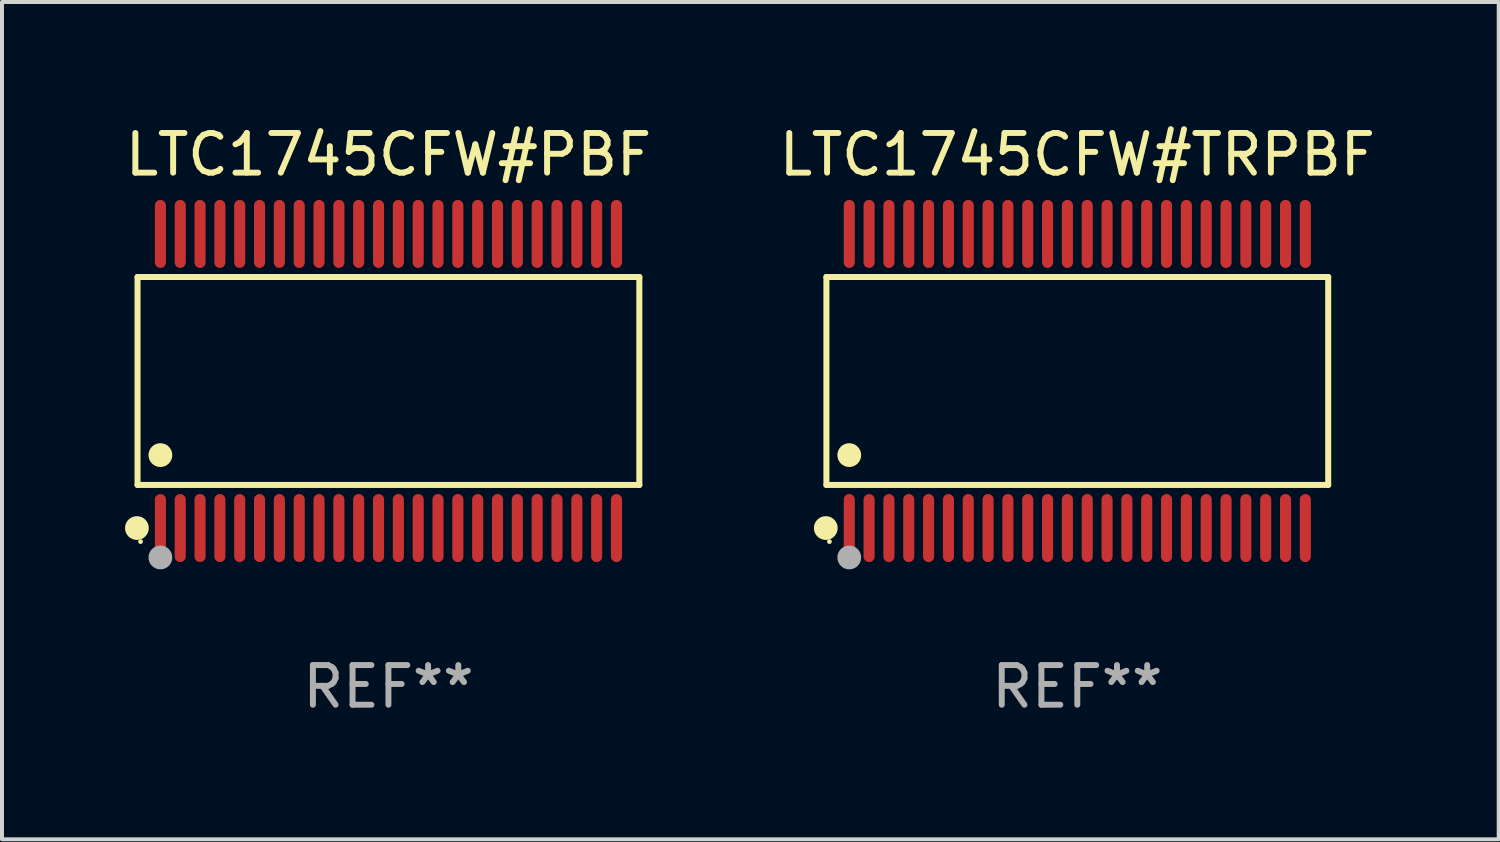
<source format=kicad_pcb>
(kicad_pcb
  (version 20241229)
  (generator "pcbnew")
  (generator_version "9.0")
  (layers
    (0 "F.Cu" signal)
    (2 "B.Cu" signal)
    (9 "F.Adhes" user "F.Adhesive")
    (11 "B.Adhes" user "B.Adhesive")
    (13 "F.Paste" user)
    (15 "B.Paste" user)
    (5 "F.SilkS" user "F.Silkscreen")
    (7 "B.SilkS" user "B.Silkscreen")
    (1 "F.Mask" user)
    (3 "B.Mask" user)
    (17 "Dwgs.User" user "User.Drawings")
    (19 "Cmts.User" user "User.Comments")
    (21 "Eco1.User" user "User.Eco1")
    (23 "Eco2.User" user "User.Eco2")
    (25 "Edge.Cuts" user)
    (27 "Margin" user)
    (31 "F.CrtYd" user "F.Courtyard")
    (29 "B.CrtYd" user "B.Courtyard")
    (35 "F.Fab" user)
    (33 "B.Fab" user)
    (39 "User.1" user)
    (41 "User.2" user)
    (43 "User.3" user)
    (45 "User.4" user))
  (footprint "LTC1745CFW#PBF"
    (layer "F.Cu")
    (at 6.744 6.556)
    (property "Reference" "LTC1745CFW#PBF" (at 0 -5.708 0) (layer "F.SilkS") (effects (font (size 1 1) (thickness 0.15))))
    (attr through_hole)
    (fp_line (start -6.326 -2.622) (end 6.326 -2.622) (stroke (width 0.152) (type solid)) (layer "F.SilkS"))
    (fp_line (start -6.326 2.621) (end -6.326 -2.622) (stroke (width 0.152) (type solid)) (layer "F.SilkS"))
    (fp_line (start 6.326 -2.622) (end 6.326 2.621) (stroke (width 0.152) (type solid)) (layer "F.SilkS"))
    (fp_line (start 6.326 2.621) (end -6.326 2.621) (stroke (width 0.152) (type solid)) (layer "F.SilkS"))
    (fp_circle (center -6.342 3.708) (end -6.192 3.708) (stroke (width 0.3) (type solid)) (fill no) (layer "F.SilkS"))
    (fp_circle (center -6.25 4.05) (end -6.22 4.05) (stroke (width 0.06) (type solid)) (fill no) (layer "F.SilkS"))
    (fp_circle (center -5.75 1.869) (end -5.6 1.869) (stroke (width 0.3) (type solid)) (fill no) (layer "F.SilkS"))
    (fp_circle (center -5.75 4.45) (end -5.6 4.45) (stroke (width 0.3) (type solid)) (fill no) (layer "F.Fab"))
    (fp_text user "REF**" (at 0 7.708 0) (layer "F.Fab") (effects (font (size 1 1) (thickness 0.15))))
    (pad "1" smd oval (at -5.75 3.708) (size 0.28 1.715) (layers "F.Cu" "F.Mask" "F.Paste"))
    (pad "2" smd oval (at -5.25 3.708) (size 0.28 1.715) (layers "F.Cu" "F.Mask" "F.Paste"))
    (pad "3" smd oval (at -4.75 3.708) (size 0.28 1.715) (layers "F.Cu" "F.Mask" "F.Paste"))
    (pad "4" smd oval (at -4.25 3.708) (size 0.28 1.715) (layers "F.Cu" "F.Mask" "F.Paste"))
    (pad "5" smd oval (at -3.75 3.708) (size 0.28 1.715) (layers "F.Cu" "F.Mask" "F.Paste"))
    (pad "6" smd oval (at -3.25 3.708) (size 0.28 1.715) (layers "F.Cu" "F.Mask" "F.Paste"))
    (pad "7" smd oval (at -2.75 3.708) (size 0.28 1.715) (layers "F.Cu" "F.Mask" "F.Paste"))
    (pad "8" smd oval (at -2.25 3.708) (size 0.28 1.715) (layers "F.Cu" "F.Mask" "F.Paste"))
    (pad "9" smd oval (at -1.75 3.708) (size 0.28 1.715) (layers "F.Cu" "F.Mask" "F.Paste"))
    (pad "10" smd oval (at -1.25 3.708) (size 0.28 1.715) (layers "F.Cu" "F.Mask" "F.Paste"))
    (pad "11" smd oval (at -0.75 3.708) (size 0.28 1.715) (layers "F.Cu" "F.Mask" "F.Paste"))
    (pad "12" smd oval (at -0.25 3.708) (size 0.28 1.715) (layers "F.Cu" "F.Mask" "F.Paste"))
    (pad "13" smd oval (at 0.25 3.708) (size 0.28 1.715) (layers "F.Cu" "F.Mask" "F.Paste"))
    (pad "14" smd oval (at 0.75 3.708) (size 0.28 1.715) (layers "F.Cu" "F.Mask" "F.Paste"))
    (pad "15" smd oval (at 1.25 3.708) (size 0.28 1.715) (layers "F.Cu" "F.Mask" "F.Paste"))
    (pad "16" smd oval (at 1.75 3.708) (size 0.28 1.715) (layers "F.Cu" "F.Mask" "F.Paste"))
    (pad "17" smd oval (at 2.25 3.708) (size 0.28 1.715) (layers "F.Cu" "F.Mask" "F.Paste"))
    (pad "18" smd oval (at 2.75 3.708) (size 0.28 1.715) (layers "F.Cu" "F.Mask" "F.Paste"))
    (pad "19" smd oval (at 3.25 3.708) (size 0.28 1.715) (layers "F.Cu" "F.Mask" "F.Paste"))
    (pad "20" smd oval (at 3.75 3.708) (size 0.28 1.715) (layers "F.Cu" "F.Mask" "F.Paste"))
    (pad "21" smd oval (at 4.25 3.708) (size 0.28 1.715) (layers "F.Cu" "F.Mask" "F.Paste"))
    (pad "22" smd oval (at 4.75 3.708) (size 0.28 1.715) (layers "F.Cu" "F.Mask" "F.Paste"))
    (pad "23" smd oval (at 5.25 3.708) (size 0.28 1.715) (layers "F.Cu" "F.Mask" "F.Paste"))
    (pad "24" smd oval (at 5.75 3.708) (size 0.28 1.715) (layers "F.Cu" "F.Mask" "F.Paste"))
    (pad "25" smd oval (at 5.75 -3.708) (size 0.28 1.715) (layers "F.Cu" "F.Mask" "F.Paste"))
    (pad "26" smd oval (at 5.25 -3.708) (size 0.28 1.715) (layers "F.Cu" "F.Mask" "F.Paste"))
    (pad "27" smd oval (at 4.75 -3.708) (size 0.28 1.715) (layers "F.Cu" "F.Mask" "F.Paste"))
    (pad "28" smd oval (at 4.25 -3.708) (size 0.28 1.715) (layers "F.Cu" "F.Mask" "F.Paste"))
    (pad "29" smd oval (at 3.75 -3.708) (size 0.28 1.715) (layers "F.Cu" "F.Mask" "F.Paste"))
    (pad "30" smd oval (at 3.25 -3.708) (size 0.28 1.715) (layers "F.Cu" "F.Mask" "F.Paste"))
    (pad "31" smd oval (at 2.75 -3.708) (size 0.28 1.715) (layers "F.Cu" "F.Mask" "F.Paste"))
    (pad "32" smd oval (at 2.25 -3.708) (size 0.28 1.715) (layers "F.Cu" "F.Mask" "F.Paste"))
    (pad "33" smd oval (at 1.75 -3.708) (size 0.28 1.715) (layers "F.Cu" "F.Mask" "F.Paste"))
    (pad "34" smd oval (at 1.25 -3.708) (size 0.28 1.715) (layers "F.Cu" "F.Mask" "F.Paste"))
    (pad "35" smd oval (at 0.75 -3.708) (size 0.28 1.715) (layers "F.Cu" "F.Mask" "F.Paste"))
    (pad "36" smd oval (at 0.25 -3.708) (size 0.28 1.715) (layers "F.Cu" "F.Mask" "F.Paste"))
    (pad "37" smd oval (at -0.25 -3.708) (size 0.28 1.715) (layers "F.Cu" "F.Mask" "F.Paste"))
    (pad "38" smd oval (at -0.75 -3.708) (size 0.28 1.715) (layers "F.Cu" "F.Mask" "F.Paste"))
    (pad "39" smd oval (at -1.25 -3.708) (size 0.28 1.715) (layers "F.Cu" "F.Mask" "F.Paste"))
    (pad "40" smd oval (at -1.75 -3.708) (size 0.28 1.715) (layers "F.Cu" "F.Mask" "F.Paste"))
    (pad "41" smd oval (at -2.25 -3.708) (size 0.28 1.715) (layers "F.Cu" "F.Mask" "F.Paste"))
    (pad "42" smd oval (at -2.75 -3.708) (size 0.28 1.715) (layers "F.Cu" "F.Mask" "F.Paste"))
    (pad "43" smd oval (at -3.25 -3.708) (size 0.28 1.715) (layers "F.Cu" "F.Mask" "F.Paste"))
    (pad "44" smd oval (at -3.75 -3.708) (size 0.28 1.715) (layers "F.Cu" "F.Mask" "F.Paste"))
    (pad "45" smd oval (at -4.25 -3.708) (size 0.28 1.715) (layers "F.Cu" "F.Mask" "F.Paste"))
    (pad "46" smd oval (at -4.75 -3.708) (size 0.28 1.715) (layers "F.Cu" "F.Mask" "F.Paste"))
    (pad "47" smd oval (at -5.25 -3.708) (size 0.28 1.715) (layers "F.Cu" "F.Mask" "F.Paste"))
    (pad "48" smd oval (at -5.75 -3.708) (size 0.28 1.715) (layers "F.Cu" "F.Mask" "F.Paste")))
  (footprint "LTC1745CFW#TRPBF"
    (layer "F.Cu")
    (at 24.113 6.556)
    (property "Reference" "LTC1745CFW#TRPBF" (at 0 -5.708 0) (layer "F.SilkS") (effects (font (size 1 1) (thickness 0.15))))
    (attr through_hole)
    (fp_line (start -6.326 -2.622) (end 6.326 -2.622) (stroke (width 0.152) (type solid)) (layer "F.SilkS"))
    (fp_line (start -6.326 2.621) (end -6.326 -2.622) (stroke (width 0.152) (type solid)) (layer "F.SilkS"))
    (fp_line (start 6.326 -2.622) (end 6.326 2.621) (stroke (width 0.152) (type solid)) (layer "F.SilkS"))
    (fp_line (start 6.326 2.621) (end -6.326 2.621) (stroke (width 0.152) (type solid)) (layer "F.SilkS"))
    (fp_circle (center -6.342 3.708) (end -6.192 3.708) (stroke (width 0.3) (type solid)) (fill no) (layer "F.SilkS"))
    (fp_circle (center -6.25 4.05) (end -6.22 4.05) (stroke (width 0.06) (type solid)) (fill no) (layer "F.SilkS"))
    (fp_circle (center -5.75 1.869) (end -5.6 1.869) (stroke (width 0.3) (type solid)) (fill no) (layer "F.SilkS"))
    (fp_circle (center -5.75 4.45) (end -5.6 4.45) (stroke (width 0.3) (type solid)) (fill no) (layer "F.Fab"))
    (fp_text user "REF**" (at 0 7.708 0) (layer "F.Fab") (effects (font (size 1 1) (thickness 0.15))))
    (pad "1" smd oval (at -5.75 3.708) (size 0.28 1.715) (layers "F.Cu" "F.Mask" "F.Paste"))
    (pad "2" smd oval (at -5.25 3.708) (size 0.28 1.715) (layers "F.Cu" "F.Mask" "F.Paste"))
    (pad "3" smd oval (at -4.75 3.708) (size 0.28 1.715) (layers "F.Cu" "F.Mask" "F.Paste"))
    (pad "4" smd oval (at -4.25 3.708) (size 0.28 1.715) (layers "F.Cu" "F.Mask" "F.Paste"))
    (pad "5" smd oval (at -3.75 3.708) (size 0.28 1.715) (layers "F.Cu" "F.Mask" "F.Paste"))
    (pad "6" smd oval (at -3.25 3.708) (size 0.28 1.715) (layers "F.Cu" "F.Mask" "F.Paste"))
    (pad "7" smd oval (at -2.75 3.708) (size 0.28 1.715) (layers "F.Cu" "F.Mask" "F.Paste"))
    (pad "8" smd oval (at -2.25 3.708) (size 0.28 1.715) (layers "F.Cu" "F.Mask" "F.Paste"))
    (pad "9" smd oval (at -1.75 3.708) (size 0.28 1.715) (layers "F.Cu" "F.Mask" "F.Paste"))
    (pad "10" smd oval (at -1.25 3.708) (size 0.28 1.715) (layers "F.Cu" "F.Mask" "F.Paste"))
    (pad "11" smd oval (at -0.75 3.708) (size 0.28 1.715) (layers "F.Cu" "F.Mask" "F.Paste"))
    (pad "12" smd oval (at -0.25 3.708) (size 0.28 1.715) (layers "F.Cu" "F.Mask" "F.Paste"))
    (pad "13" smd oval (at 0.25 3.708) (size 0.28 1.715) (layers "F.Cu" "F.Mask" "F.Paste"))
    (pad "14" smd oval (at 0.75 3.708) (size 0.28 1.715) (layers "F.Cu" "F.Mask" "F.Paste"))
    (pad "15" smd oval (at 1.25 3.708) (size 0.28 1.715) (layers "F.Cu" "F.Mask" "F.Paste"))
    (pad "16" smd oval (at 1.75 3.708) (size 0.28 1.715) (layers "F.Cu" "F.Mask" "F.Paste"))
    (pad "17" smd oval (at 2.25 3.708) (size 0.28 1.715) (layers "F.Cu" "F.Mask" "F.Paste"))
    (pad "18" smd oval (at 2.75 3.708) (size 0.28 1.715) (layers "F.Cu" "F.Mask" "F.Paste"))
    (pad "19" smd oval (at 3.25 3.708) (size 0.28 1.715) (layers "F.Cu" "F.Mask" "F.Paste"))
    (pad "20" smd oval (at 3.75 3.708) (size 0.28 1.715) (layers "F.Cu" "F.Mask" "F.Paste"))
    (pad "21" smd oval (at 4.25 3.708) (size 0.28 1.715) (layers "F.Cu" "F.Mask" "F.Paste"))
    (pad "22" smd oval (at 4.75 3.708) (size 0.28 1.715) (layers "F.Cu" "F.Mask" "F.Paste"))
    (pad "23" smd oval (at 5.25 3.708) (size 0.28 1.715) (layers "F.Cu" "F.Mask" "F.Paste"))
    (pad "24" smd oval (at 5.75 3.708) (size 0.28 1.715) (layers "F.Cu" "F.Mask" "F.Paste"))
    (pad "25" smd oval (at 5.75 -3.708) (size 0.28 1.715) (layers "F.Cu" "F.Mask" "F.Paste"))
    (pad "26" smd oval (at 5.25 -3.708) (size 0.28 1.715) (layers "F.Cu" "F.Mask" "F.Paste"))
    (pad "27" smd oval (at 4.75 -3.708) (size 0.28 1.715) (layers "F.Cu" "F.Mask" "F.Paste"))
    (pad "28" smd oval (at 4.25 -3.708) (size 0.28 1.715) (layers "F.Cu" "F.Mask" "F.Paste"))
    (pad "29" smd oval (at 3.75 -3.708) (size 0.28 1.715) (layers "F.Cu" "F.Mask" "F.Paste"))
    (pad "30" smd oval (at 3.25 -3.708) (size 0.28 1.715) (layers "F.Cu" "F.Mask" "F.Paste"))
    (pad "31" smd oval (at 2.75 -3.708) (size 0.28 1.715) (layers "F.Cu" "F.Mask" "F.Paste"))
    (pad "32" smd oval (at 2.25 -3.708) (size 0.28 1.715) (layers "F.Cu" "F.Mask" "F.Paste"))
    (pad "33" smd oval (at 1.75 -3.708) (size 0.28 1.715) (layers "F.Cu" "F.Mask" "F.Paste"))
    (pad "34" smd oval (at 1.25 -3.708) (size 0.28 1.715) (layers "F.Cu" "F.Mask" "F.Paste"))
    (pad "35" smd oval (at 0.75 -3.708) (size 0.28 1.715) (layers "F.Cu" "F.Mask" "F.Paste"))
    (pad "36" smd oval (at 0.25 -3.708) (size 0.28 1.715) (layers "F.Cu" "F.Mask" "F.Paste"))
    (pad "37" smd oval (at -0.25 -3.708) (size 0.28 1.715) (layers "F.Cu" "F.Mask" "F.Paste"))
    (pad "38" smd oval (at -0.75 -3.708) (size 0.28 1.715) (layers "F.Cu" "F.Mask" "F.Paste"))
    (pad "39" smd oval (at -1.25 -3.708) (size 0.28 1.715) (layers "F.Cu" "F.Mask" "F.Paste"))
    (pad "40" smd oval (at -1.75 -3.708) (size 0.28 1.715) (layers "F.Cu" "F.Mask" "F.Paste"))
    (pad "41" smd oval (at -2.25 -3.708) (size 0.28 1.715) (layers "F.Cu" "F.Mask" "F.Paste"))
    (pad "42" smd oval (at -2.75 -3.708) (size 0.28 1.715) (layers "F.Cu" "F.Mask" "F.Paste"))
    (pad "43" smd oval (at -3.25 -3.708) (size 0.28 1.715) (layers "F.Cu" "F.Mask" "F.Paste"))
    (pad "44" smd oval (at -3.75 -3.708) (size 0.28 1.715) (layers "F.Cu" "F.Mask" "F.Paste"))
    (pad "45" smd oval (at -4.25 -3.708) (size 0.28 1.715) (layers "F.Cu" "F.Mask" "F.Paste"))
    (pad "46" smd oval (at -4.75 -3.708) (size 0.28 1.715) (layers "F.Cu" "F.Mask" "F.Paste"))
    (pad "47" smd oval (at -5.25 -3.708) (size 0.28 1.715) (layers "F.Cu" "F.Mask" "F.Paste"))
    (pad "48" smd oval (at -5.75 -3.708) (size 0.28 1.715) (layers "F.Cu" "F.Mask" "F.Paste")))
  (gr_rect
    (start -3 -3)
    (end 34.738 18.112)
    (stroke (width 0.1) (type default))
    (fill no)
    (layer "Edge.Cuts")))
</source>
